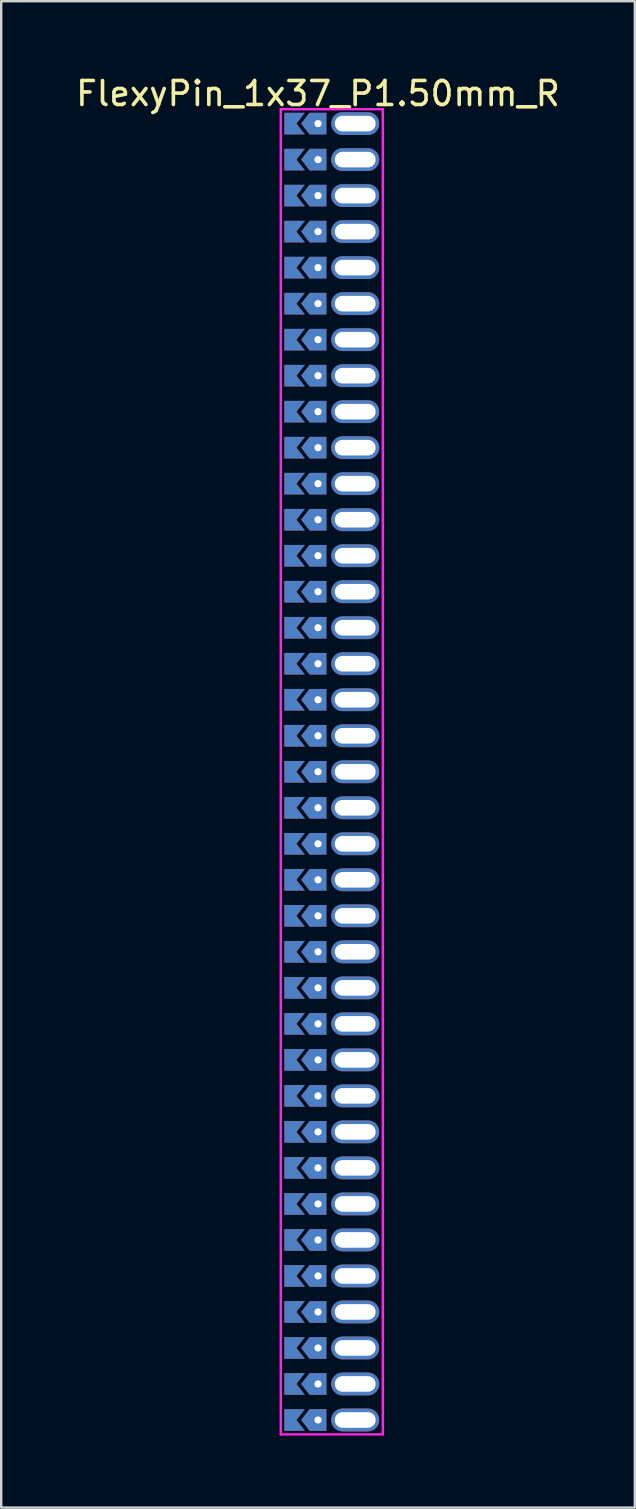
<source format=kicad_pcb>
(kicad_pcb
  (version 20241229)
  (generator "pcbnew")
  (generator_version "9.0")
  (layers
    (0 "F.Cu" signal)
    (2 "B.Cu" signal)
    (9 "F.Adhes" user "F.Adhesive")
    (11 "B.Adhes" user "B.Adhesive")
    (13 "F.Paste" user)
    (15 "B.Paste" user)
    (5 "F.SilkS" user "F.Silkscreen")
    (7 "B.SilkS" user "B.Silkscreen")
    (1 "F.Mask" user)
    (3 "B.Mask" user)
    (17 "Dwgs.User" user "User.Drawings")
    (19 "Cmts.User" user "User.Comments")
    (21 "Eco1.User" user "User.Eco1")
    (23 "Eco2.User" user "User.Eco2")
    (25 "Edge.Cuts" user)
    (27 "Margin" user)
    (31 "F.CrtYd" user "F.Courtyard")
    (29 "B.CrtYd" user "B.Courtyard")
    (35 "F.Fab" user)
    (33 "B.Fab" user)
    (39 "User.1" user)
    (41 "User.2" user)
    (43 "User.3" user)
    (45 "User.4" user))
  (footprint "FlexyPin_1x37_P1.50mm_R"
    (layer "F.Cu")
    (at 10.196 2.098)
    (property "Reference" "FlexyPin_1x37_P1.50mm_R" (at 0 -1.25 0) (layer "F.SilkS") (effects (font (size 1 1) (thickness 0.15))))
    (attr through_hole)
    (fp_line (start -1.55 -0.6) (end 2.7 -0.6) (stroke (width 0.1) (type solid)) (layer "F.CrtYd"))
    (fp_line (start -1.55 54.6) (end -1.55 -0.6) (stroke (width 0.1) (type solid)) (layer "F.CrtYd"))
    (fp_line (start 2.7 -0.6) (end 2.7 54.6) (stroke (width 0.1) (type solid)) (layer "F.CrtYd"))
    (fp_line (start 2.7 54.6) (end -1.55 54.6) (stroke (width 0.1) (type solid)) (layer "F.CrtYd"))
    (pad "" thru_hole custom (at 0 0) (size 0.3 0.3) (drill 0.6) (layers "*.Cu" "*.Mask") (options (anchor rect)) (primitives (gr_poly (pts (xy 0.35 0.45) (xy 0.35 -0.45) (xy -0.35 -0.45) (xy -0.7 0) (xy -0.35 0.45)) (width 0) (fill yes))))
    (pad "" thru_hole custom (at 0 1.5) (size 0.3 0.3) (drill 0.6) (layers "*.Cu" "*.Mask") (options (anchor rect)) (primitives (gr_poly (pts (xy 0.35 0.45) (xy 0.35 -0.45) (xy -0.35 -0.45) (xy -0.7 0) (xy -0.35 0.45)) (width 0) (fill yes))))
    (pad "" thru_hole custom (at 0 3) (size 0.3 0.3) (drill 0.6) (layers "*.Cu" "*.Mask") (options (anchor rect)) (primitives (gr_poly (pts (xy 0.35 0.45) (xy 0.35 -0.45) (xy -0.35 -0.45) (xy -0.7 0) (xy -0.35 0.45)) (width 0) (fill yes))))
    (pad "" thru_hole custom (at 0 4.5) (size 0.3 0.3) (drill 0.6) (layers "*.Cu" "*.Mask") (options (anchor rect)) (primitives (gr_poly (pts (xy 0.35 0.45) (xy 0.35 -0.45) (xy -0.35 -0.45) (xy -0.7 0) (xy -0.35 0.45)) (width 0) (fill yes))))
    (pad "" thru_hole custom (at 0 6) (size 0.3 0.3) (drill 0.6) (layers "*.Cu" "*.Mask") (options (anchor rect)) (primitives (gr_poly (pts (xy 0.35 0.45) (xy 0.35 -0.45) (xy -0.35 -0.45) (xy -0.7 0) (xy -0.35 0.45)) (width 0) (fill yes))))
    (pad "" thru_hole custom (at 0 7.5) (size 0.3 0.3) (drill 0.6) (layers "*.Cu" "*.Mask") (options (anchor rect)) (primitives (gr_poly (pts (xy 0.35 0.45) (xy 0.35 -0.45) (xy -0.35 -0.45) (xy -0.7 0) (xy -0.35 0.45)) (width 0) (fill yes))))
    (pad "" thru_hole custom (at 0 9) (size 0.3 0.3) (drill 0.6) (layers "*.Cu" "*.Mask") (options (anchor rect)) (primitives (gr_poly (pts (xy 0.35 0.45) (xy 0.35 -0.45) (xy -0.35 -0.45) (xy -0.7 0) (xy -0.35 0.45)) (width 0) (fill yes))))
    (pad "" thru_hole custom (at 0 10.5) (size 0.3 0.3) (drill 0.6) (layers "*.Cu" "*.Mask") (options (anchor rect)) (primitives (gr_poly (pts (xy 0.35 0.45) (xy 0.35 -0.45) (xy -0.35 -0.45) (xy -0.7 0) (xy -0.35 0.45)) (width 0) (fill yes))))
    (pad "" thru_hole custom (at 0 12) (size 0.3 0.3) (drill 0.6) (layers "*.Cu" "*.Mask") (options (anchor rect)) (primitives (gr_poly (pts (xy 0.35 0.45) (xy 0.35 -0.45) (xy -0.35 -0.45) (xy -0.7 0) (xy -0.35 0.45)) (width 0) (fill yes))))
    (pad "" thru_hole custom (at 0 13.5) (size 0.3 0.3) (drill 0.6) (layers "*.Cu" "*.Mask") (options (anchor rect)) (primitives (gr_poly (pts (xy 0.35 0.45) (xy 0.35 -0.45) (xy -0.35 -0.45) (xy -0.7 0) (xy -0.35 0.45)) (width 0) (fill yes))))
    (pad "" thru_hole custom (at 0 15) (size 0.3 0.3) (drill 0.6) (layers "*.Cu" "*.Mask") (options (anchor rect)) (primitives (gr_poly (pts (xy 0.35 0.45) (xy 0.35 -0.45) (xy -0.35 -0.45) (xy -0.7 0) (xy -0.35 0.45)) (width 0) (fill yes))))
    (pad "" thru_hole custom (at 0 16.5) (size 0.3 0.3) (drill 0.6) (layers "*.Cu" "*.Mask") (options (anchor rect)) (primitives (gr_poly (pts (xy 0.35 0.45) (xy 0.35 -0.45) (xy -0.35 -0.45) (xy -0.7 0) (xy -0.35 0.45)) (width 0) (fill yes))))
    (pad "" thru_hole custom (at 0 18) (size 0.3 0.3) (drill 0.6) (layers "*.Cu" "*.Mask") (options (anchor rect)) (primitives (gr_poly (pts (xy 0.35 0.45) (xy 0.35 -0.45) (xy -0.35 -0.45) (xy -0.7 0) (xy -0.35 0.45)) (width 0) (fill yes))))
    (pad "" thru_hole custom (at 0 19.5) (size 0.3 0.3) (drill 0.6) (layers "*.Cu" "*.Mask") (options (anchor rect)) (primitives (gr_poly (pts (xy 0.35 0.45) (xy 0.35 -0.45) (xy -0.35 -0.45) (xy -0.7 0) (xy -0.35 0.45)) (width 0) (fill yes))))
    (pad "" thru_hole custom (at 0 21) (size 0.3 0.3) (drill 0.6) (layers "*.Cu" "*.Mask") (options (anchor rect)) (primitives (gr_poly (pts (xy 0.35 0.45) (xy 0.35 -0.45) (xy -0.35 -0.45) (xy -0.7 0) (xy -0.35 0.45)) (width 0) (fill yes))))
    (pad "" thru_hole custom (at 0 22.5) (size 0.3 0.3) (drill 0.6) (layers "*.Cu" "*.Mask") (options (anchor rect)) (primitives (gr_poly (pts (xy 0.35 0.45) (xy 0.35 -0.45) (xy -0.35 -0.45) (xy -0.7 0) (xy -0.35 0.45)) (width 0) (fill yes))))
    (pad "" thru_hole custom (at 0 24) (size 0.3 0.3) (drill 0.6) (layers "*.Cu" "*.Mask") (options (anchor rect)) (primitives (gr_poly (pts (xy 0.35 0.45) (xy 0.35 -0.45) (xy -0.35 -0.45) (xy -0.7 0) (xy -0.35 0.45)) (width 0) (fill yes))))
    (pad "" thru_hole custom (at 0 25.5) (size 0.3 0.3) (drill 0.6) (layers "*.Cu" "*.Mask") (options (anchor rect)) (primitives (gr_poly (pts (xy 0.35 0.45) (xy 0.35 -0.45) (xy -0.35 -0.45) (xy -0.7 0) (xy -0.35 0.45)) (width 0) (fill yes))))
    (pad "" thru_hole custom (at 0 27) (size 0.3 0.3) (drill 0.6) (layers "*.Cu" "*.Mask") (options (anchor rect)) (primitives (gr_poly (pts (xy 0.35 0.45) (xy 0.35 -0.45) (xy -0.35 -0.45) (xy -0.7 0) (xy -0.35 0.45)) (width 0) (fill yes))))
    (pad "" thru_hole custom (at 0 28.5) (size 0.3 0.3) (drill 0.6) (layers "*.Cu" "*.Mask") (options (anchor rect)) (primitives (gr_poly (pts (xy 0.35 0.45) (xy 0.35 -0.45) (xy -0.35 -0.45) (xy -0.7 0) (xy -0.35 0.45)) (width 0) (fill yes))))
    (pad "" thru_hole custom (at 0 30) (size 0.3 0.3) (drill 0.6) (layers "*.Cu" "*.Mask") (options (anchor rect)) (primitives (gr_poly (pts (xy 0.35 0.45) (xy 0.35 -0.45) (xy -0.35 -0.45) (xy -0.7 0) (xy -0.35 0.45)) (width 0) (fill yes))))
    (pad "" thru_hole custom (at 0 31.5) (size 0.3 0.3) (drill 0.6) (layers "*.Cu" "*.Mask") (options (anchor rect)) (primitives (gr_poly (pts (xy 0.35 0.45) (xy 0.35 -0.45) (xy -0.35 -0.45) (xy -0.7 0) (xy -0.35 0.45)) (width 0) (fill yes))))
    (pad "" thru_hole custom (at 0 33) (size 0.3 0.3) (drill 0.6) (layers "*.Cu" "*.Mask") (options (anchor rect)) (primitives (gr_poly (pts (xy 0.35 0.45) (xy 0.35 -0.45) (xy -0.35 -0.45) (xy -0.7 0) (xy -0.35 0.45)) (width 0) (fill yes))))
    (pad "" thru_hole custom (at 0 34.5) (size 0.3 0.3) (drill 0.6) (layers "*.Cu" "*.Mask") (options (anchor rect)) (primitives (gr_poly (pts (xy 0.35 0.45) (xy 0.35 -0.45) (xy -0.35 -0.45) (xy -0.7 0) (xy -0.35 0.45)) (width 0) (fill yes))))
    (pad "" thru_hole custom (at 0 36) (size 0.3 0.3) (drill 0.6) (layers "*.Cu" "*.Mask") (options (anchor rect)) (primitives (gr_poly (pts (xy 0.35 0.45) (xy 0.35 -0.45) (xy -0.35 -0.45) (xy -0.7 0) (xy -0.35 0.45)) (width 0) (fill yes))))
    (pad "" thru_hole custom (at 0 37.5) (size 0.3 0.3) (drill 0.6) (layers "*.Cu" "*.Mask") (options (anchor rect)) (primitives (gr_poly (pts (xy 0.35 0.45) (xy 0.35 -0.45) (xy -0.35 -0.45) (xy -0.7 0) (xy -0.35 0.45)) (width 0) (fill yes))))
    (pad "" thru_hole custom (at 0 39) (size 0.3 0.3) (drill 0.6) (layers "*.Cu" "*.Mask") (options (anchor rect)) (primitives (gr_poly (pts (xy 0.35 0.45) (xy 0.35 -0.45) (xy -0.35 -0.45) (xy -0.7 0) (xy -0.35 0.45)) (width 0) (fill yes))))
    (pad "" thru_hole custom (at 0 40.5) (size 0.3 0.3) (drill 0.6) (layers "*.Cu" "*.Mask") (options (anchor rect)) (primitives (gr_poly (pts (xy 0.35 0.45) (xy 0.35 -0.45) (xy -0.35 -0.45) (xy -0.7 0) (xy -0.35 0.45)) (width 0) (fill yes))))
    (pad "" thru_hole custom (at 0 42) (size 0.3 0.3) (drill 0.6) (layers "*.Cu" "*.Mask") (options (anchor rect)) (primitives (gr_poly (pts (xy 0.35 0.45) (xy 0.35 -0.45) (xy -0.35 -0.45) (xy -0.7 0) (xy -0.35 0.45)) (width 0) (fill yes))))
    (pad "" thru_hole custom (at 0 43.5) (size 0.3 0.3) (drill 0.6) (layers "*.Cu" "*.Mask") (options (anchor rect)) (primitives (gr_poly (pts (xy 0.35 0.45) (xy 0.35 -0.45) (xy -0.35 -0.45) (xy -0.7 0) (xy -0.35 0.45)) (width 0) (fill yes))))
    (pad "" thru_hole custom (at 0 45) (size 0.3 0.3) (drill 0.6) (layers "*.Cu" "*.Mask") (options (anchor rect)) (primitives (gr_poly (pts (xy 0.35 0.45) (xy 0.35 -0.45) (xy -0.35 -0.45) (xy -0.7 0) (xy -0.35 0.45)) (width 0) (fill yes))))
    (pad "" thru_hole custom (at 0 46.5) (size 0.3 0.3) (drill 0.6) (layers "*.Cu" "*.Mask") (options (anchor rect)) (primitives (gr_poly (pts (xy 0.35 0.45) (xy 0.35 -0.45) (xy -0.35 -0.45) (xy -0.7 0) (xy -0.35 0.45)) (width 0) (fill yes))))
    (pad "" thru_hole custom (at 0 48) (size 0.3 0.3) (drill 0.6) (layers "*.Cu" "*.Mask") (options (anchor rect)) (primitives (gr_poly (pts (xy 0.35 0.45) (xy 0.35 -0.45) (xy -0.35 -0.45) (xy -0.7 0) (xy -0.35 0.45)) (width 0) (fill yes))))
    (pad "" thru_hole custom (at 0 49.5) (size 0.3 0.3) (drill 0.6) (layers "*.Cu" "*.Mask") (options (anchor rect)) (primitives (gr_poly (pts (xy 0.35 0.45) (xy 0.35 -0.45) (xy -0.35 -0.45) (xy -0.7 0) (xy -0.35 0.45)) (width 0) (fill yes))))
    (pad "" thru_hole custom (at 0 51) (size 0.3 0.3) (drill 0.6) (layers "*.Cu" "*.Mask") (options (anchor rect)) (primitives (gr_poly (pts (xy 0.35 0.45) (xy 0.35 -0.45) (xy -0.35 -0.45) (xy -0.7 0) (xy -0.35 0.45)) (width 0) (fill yes))))
    (pad "" thru_hole custom (at 0 52.5) (size 0.3 0.3) (drill 0.6) (layers "*.Cu" "*.Mask") (options (anchor rect)) (primitives (gr_poly (pts (xy 0.35 0.45) (xy 0.35 -0.45) (xy -0.35 -0.45) (xy -0.7 0) (xy -0.35 0.45)) (width 0) (fill yes))))
    (pad "" thru_hole custom (at 0 54) (size 0.3 0.3) (drill 0.6) (layers "*.Cu" "*.Mask") (options (anchor rect)) (primitives (gr_poly (pts (xy 0.35 0.45) (xy 0.35 -0.45) (xy -0.35 -0.45) (xy -0.7 0) (xy -0.35 0.45)) (width 0) (fill yes))))
    (pad "" thru_hole oval (at 1.55 0) (size 2 0.95) (drill oval 1.7 0.65) (layers "*.Cu" "*.Mask"))
    (pad "" thru_hole oval (at 1.55 1.5) (size 2 0.95) (drill oval 1.7 0.65) (layers "*.Cu" "*.Mask"))
    (pad "" thru_hole oval (at 1.55 3) (size 2 0.95) (drill oval 1.7 0.65) (layers "*.Cu" "*.Mask"))
    (pad "" thru_hole oval (at 1.55 4.5) (size 2 0.95) (drill oval 1.7 0.65) (layers "*.Cu" "*.Mask"))
    (pad "" thru_hole oval (at 1.55 6) (size 2 0.95) (drill oval 1.7 0.65) (layers "*.Cu" "*.Mask"))
    (pad "" thru_hole oval (at 1.55 7.5) (size 2 0.95) (drill oval 1.7 0.65) (layers "*.Cu" "*.Mask"))
    (pad "" thru_hole oval (at 1.55 9) (size 2 0.95) (drill oval 1.7 0.65) (layers "*.Cu" "*.Mask"))
    (pad "" thru_hole oval (at 1.55 10.5) (size 2 0.95) (drill oval 1.7 0.65) (layers "*.Cu" "*.Mask"))
    (pad "" thru_hole oval (at 1.55 12) (size 2 0.95) (drill oval 1.7 0.65) (layers "*.Cu" "*.Mask"))
    (pad "" thru_hole oval (at 1.55 13.5) (size 2 0.95) (drill oval 1.7 0.65) (layers "*.Cu" "*.Mask"))
    (pad "" thru_hole oval (at 1.55 15) (size 2 0.95) (drill oval 1.7 0.65) (layers "*.Cu" "*.Mask"))
    (pad "" thru_hole oval (at 1.55 16.5) (size 2 0.95) (drill oval 1.7 0.65) (layers "*.Cu" "*.Mask"))
    (pad "" thru_hole oval (at 1.55 18) (size 2 0.95) (drill oval 1.7 0.65) (layers "*.Cu" "*.Mask"))
    (pad "" thru_hole oval (at 1.55 19.5) (size 2 0.95) (drill oval 1.7 0.65) (layers "*.Cu" "*.Mask"))
    (pad "" thru_hole oval (at 1.55 21) (size 2 0.95) (drill oval 1.7 0.65) (layers "*.Cu" "*.Mask"))
    (pad "" thru_hole oval (at 1.55 22.5) (size 2 0.95) (drill oval 1.7 0.65) (layers "*.Cu" "*.Mask"))
    (pad "" thru_hole oval (at 1.55 24) (size 2 0.95) (drill oval 1.7 0.65) (layers "*.Cu" "*.Mask"))
    (pad "" thru_hole oval (at 1.55 25.5) (size 2 0.95) (drill oval 1.7 0.65) (layers "*.Cu" "*.Mask"))
    (pad "" thru_hole oval (at 1.55 27) (size 2 0.95) (drill oval 1.7 0.65) (layers "*.Cu" "*.Mask"))
    (pad "" thru_hole oval (at 1.55 28.5) (size 2 0.95) (drill oval 1.7 0.65) (layers "*.Cu" "*.Mask"))
    (pad "" thru_hole oval (at 1.55 30) (size 2 0.95) (drill oval 1.7 0.65) (layers "*.Cu" "*.Mask"))
    (pad "" thru_hole oval (at 1.55 31.5) (size 2 0.95) (drill oval 1.7 0.65) (layers "*.Cu" "*.Mask"))
    (pad "" thru_hole oval (at 1.55 33) (size 2 0.95) (drill oval 1.7 0.65) (layers "*.Cu" "*.Mask"))
    (pad "" thru_hole oval (at 1.55 34.5) (size 2 0.95) (drill oval 1.7 0.65) (layers "*.Cu" "*.Mask"))
    (pad "" thru_hole oval (at 1.55 36) (size 2 0.95) (drill oval 1.7 0.65) (layers "*.Cu" "*.Mask"))
    (pad "" thru_hole oval (at 1.55 37.5) (size 2 0.95) (drill oval 1.7 0.65) (layers "*.Cu" "*.Mask"))
    (pad "" thru_hole oval (at 1.55 39) (size 2 0.95) (drill oval 1.7 0.65) (layers "*.Cu" "*.Mask"))
    (pad "" thru_hole oval (at 1.55 40.5) (size 2 0.95) (drill oval 1.7 0.65) (layers "*.Cu" "*.Mask"))
    (pad "" thru_hole oval (at 1.55 42) (size 2 0.95) (drill oval 1.7 0.65) (layers "*.Cu" "*.Mask"))
    (pad "" thru_hole oval (at 1.55 43.5) (size 2 0.95) (drill oval 1.7 0.65) (layers "*.Cu" "*.Mask"))
    (pad "" thru_hole oval (at 1.55 45) (size 2 0.95) (drill oval 1.7 0.65) (layers "*.Cu" "*.Mask"))
    (pad "" thru_hole oval (at 1.55 46.5) (size 2 0.95) (drill oval 1.7 0.65) (layers "*.Cu" "*.Mask"))
    (pad "" thru_hole oval (at 1.55 48) (size 2 0.95) (drill oval 1.7 0.65) (layers "*.Cu" "*.Mask"))
    (pad "" thru_hole oval (at 1.55 49.5) (size 2 0.95) (drill oval 1.7 0.65) (layers "*.Cu" "*.Mask"))
    (pad "" thru_hole oval (at 1.55 51) (size 2 0.95) (drill oval 1.7 0.65) (layers "*.Cu" "*.Mask"))
    (pad "" thru_hole oval (at 1.55 52.5) (size 2 0.95) (drill oval 1.7 0.65) (layers "*.Cu" "*.Mask"))
    (pad "" thru_hole oval (at 1.55 54) (size 2 0.95) (drill oval 1.7 0.65) (layers "*.Cu" "*.Mask"))
    (pad "1" smd custom (at -0.9 0) (size 0.01 0.01) (layers "F.Cu" "F.Mask") (options (anchor rect)) (primitives (gr_poly (pts (xy 0 0) (xy 0.35 0.45) (xy -0.5 0.45) (xy -0.5 -0.45) (xy 0.35 -0.45)) (width 0) (fill yes))))
    (pad "2" smd custom (at -0.9 1.5) (size 0.01 0.01) (layers "F.Cu" "F.Mask") (options (anchor rect)) (primitives (gr_poly (pts (xy 0 0) (xy 0.35 0.45) (xy -0.5 0.45) (xy -0.5 -0.45) (xy 0.35 -0.45)) (width 0) (fill yes))))
    (pad "3" smd custom (at -0.9 3) (size 0.01 0.01) (layers "F.Cu" "F.Mask") (options (anchor rect)) (primitives (gr_poly (pts (xy 0 0) (xy 0.35 0.45) (xy -0.5 0.45) (xy -0.5 -0.45) (xy 0.35 -0.45)) (width 0) (fill yes))))
    (pad "4" smd custom (at -0.9 4.5) (size 0.01 0.01) (layers "F.Cu" "F.Mask") (options (anchor rect)) (primitives (gr_poly (pts (xy 0 0) (xy 0.35 0.45) (xy -0.5 0.45) (xy -0.5 -0.45) (xy 0.35 -0.45)) (width 0) (fill yes))))
    (pad "5" smd custom (at -0.9 6) (size 0.01 0.01) (layers "F.Cu" "F.Mask") (options (anchor rect)) (primitives (gr_poly (pts (xy 0 0) (xy 0.35 0.45) (xy -0.5 0.45) (xy -0.5 -0.45) (xy 0.35 -0.45)) (width 0) (fill yes))))
    (pad "6" smd custom (at -0.9 7.5) (size 0.01 0.01) (layers "F.Cu" "F.Mask") (options (anchor rect)) (primitives (gr_poly (pts (xy 0 0) (xy 0.35 0.45) (xy -0.5 0.45) (xy -0.5 -0.45) (xy 0.35 -0.45)) (width 0) (fill yes))))
    (pad "7" smd custom (at -0.9 9) (size 0.01 0.01) (layers "F.Cu" "F.Mask") (options (anchor rect)) (primitives (gr_poly (pts (xy 0 0) (xy 0.35 0.45) (xy -0.5 0.45) (xy -0.5 -0.45) (xy 0.35 -0.45)) (width 0) (fill yes))))
    (pad "8" smd custom (at -0.9 10.5) (size 0.01 0.01) (layers "F.Cu" "F.Mask") (options (anchor rect)) (primitives (gr_poly (pts (xy 0 0) (xy 0.35 0.45) (xy -0.5 0.45) (xy -0.5 -0.45) (xy 0.35 -0.45)) (width 0) (fill yes))))
    (pad "9" smd custom (at -0.9 12) (size 0.01 0.01) (layers "F.Cu" "F.Mask") (options (anchor rect)) (primitives (gr_poly (pts (xy 0 0) (xy 0.35 0.45) (xy -0.5 0.45) (xy -0.5 -0.45) (xy 0.35 -0.45)) (width 0) (fill yes))))
    (pad "10" smd custom (at -0.9 13.5) (size 0.01 0.01) (layers "F.Cu" "F.Mask") (options (anchor rect)) (primitives (gr_poly (pts (xy 0 0) (xy 0.35 0.45) (xy -0.5 0.45) (xy -0.5 -0.45) (xy 0.35 -0.45)) (width 0) (fill yes))))
    (pad "11" smd custom (at -0.9 15) (size 0.01 0.01) (layers "F.Cu" "F.Mask") (options (anchor rect)) (primitives (gr_poly (pts (xy 0 0) (xy 0.35 0.45) (xy -0.5 0.45) (xy -0.5 -0.45) (xy 0.35 -0.45)) (width 0) (fill yes))))
    (pad "12" smd custom (at -0.9 16.5) (size 0.01 0.01) (layers "F.Cu" "F.Mask") (options (anchor rect)) (primitives (gr_poly (pts (xy 0 0) (xy 0.35 0.45) (xy -0.5 0.45) (xy -0.5 -0.45) (xy 0.35 -0.45)) (width 0) (fill yes))))
    (pad "13" smd custom (at -0.9 18) (size 0.01 0.01) (layers "F.Cu" "F.Mask") (options (anchor rect)) (primitives (gr_poly (pts (xy 0 0) (xy 0.35 0.45) (xy -0.5 0.45) (xy -0.5 -0.45) (xy 0.35 -0.45)) (width 0) (fill yes))))
    (pad "14" smd custom (at -0.9 19.5) (size 0.01 0.01) (layers "F.Cu" "F.Mask") (options (anchor rect)) (primitives (gr_poly (pts (xy 0 0) (xy 0.35 0.45) (xy -0.5 0.45) (xy -0.5 -0.45) (xy 0.35 -0.45)) (width 0) (fill yes))))
    (pad "15" smd custom (at -0.9 21) (size 0.01 0.01) (layers "F.Cu" "F.Mask") (options (anchor rect)) (primitives (gr_poly (pts (xy 0 0) (xy 0.35 0.45) (xy -0.5 0.45) (xy -0.5 -0.45) (xy 0.35 -0.45)) (width 0) (fill yes))))
    (pad "16" smd custom (at -0.9 22.5) (size 0.01 0.01) (layers "F.Cu" "F.Mask") (options (anchor rect)) (primitives (gr_poly (pts (xy 0 0) (xy 0.35 0.45) (xy -0.5 0.45) (xy -0.5 -0.45) (xy 0.35 -0.45)) (width 0) (fill yes))))
    (pad "17" smd custom (at -0.9 24) (size 0.01 0.01) (layers "F.Cu" "F.Mask") (options (anchor rect)) (primitives (gr_poly (pts (xy 0 0) (xy 0.35 0.45) (xy -0.5 0.45) (xy -0.5 -0.45) (xy 0.35 -0.45)) (width 0) (fill yes))))
    (pad "18" smd custom (at -0.9 25.5) (size 0.01 0.01) (layers "F.Cu" "F.Mask") (options (anchor rect)) (primitives (gr_poly (pts (xy 0 0) (xy 0.35 0.45) (xy -0.5 0.45) (xy -0.5 -0.45) (xy 0.35 -0.45)) (width 0) (fill yes))))
    (pad "19" smd custom (at -0.9 27) (size 0.01 0.01) (layers "F.Cu" "F.Mask") (options (anchor rect)) (primitives (gr_poly (pts (xy 0 0) (xy 0.35 0.45) (xy -0.5 0.45) (xy -0.5 -0.45) (xy 0.35 -0.45)) (width 0) (fill yes))))
    (pad "20" smd custom (at -0.9 28.5) (size 0.01 0.01) (layers "F.Cu" "F.Mask") (options (anchor rect)) (primitives (gr_poly (pts (xy 0 0) (xy 0.35 0.45) (xy -0.5 0.45) (xy -0.5 -0.45) (xy 0.35 -0.45)) (width 0) (fill yes))))
    (pad "21" smd custom (at -0.9 30) (size 0.01 0.01) (layers "F.Cu" "F.Mask") (options (anchor rect)) (primitives (gr_poly (pts (xy 0 0) (xy 0.35 0.45) (xy -0.5 0.45) (xy -0.5 -0.45) (xy 0.35 -0.45)) (width 0) (fill yes))))
    (pad "22" smd custom (at -0.9 31.5) (size 0.01 0.01) (layers "F.Cu" "F.Mask") (options (anchor rect)) (primitives (gr_poly (pts (xy 0 0) (xy 0.35 0.45) (xy -0.5 0.45) (xy -0.5 -0.45) (xy 0.35 -0.45)) (width 0) (fill yes))))
    (pad "23" smd custom (at -0.9 33) (size 0.01 0.01) (layers "F.Cu" "F.Mask") (options (anchor rect)) (primitives (gr_poly (pts (xy 0 0) (xy 0.35 0.45) (xy -0.5 0.45) (xy -0.5 -0.45) (xy 0.35 -0.45)) (width 0) (fill yes))))
    (pad "24" smd custom (at -0.9 34.5) (size 0.01 0.01) (layers "F.Cu" "F.Mask") (options (anchor rect)) (primitives (gr_poly (pts (xy 0 0) (xy 0.35 0.45) (xy -0.5 0.45) (xy -0.5 -0.45) (xy 0.35 -0.45)) (width 0) (fill yes))))
    (pad "25" smd custom (at -0.9 36) (size 0.01 0.01) (layers "F.Cu" "F.Mask") (options (anchor rect)) (primitives (gr_poly (pts (xy 0 0) (xy 0.35 0.45) (xy -0.5 0.45) (xy -0.5 -0.45) (xy 0.35 -0.45)) (width 0) (fill yes))))
    (pad "26" smd custom (at -0.9 37.5) (size 0.01 0.01) (layers "F.Cu" "F.Mask") (options (anchor rect)) (primitives (gr_poly (pts (xy 0 0) (xy 0.35 0.45) (xy -0.5 0.45) (xy -0.5 -0.45) (xy 0.35 -0.45)) (width 0) (fill yes))))
    (pad "27" smd custom (at -0.9 39) (size 0.01 0.01) (layers "F.Cu" "F.Mask") (options (anchor rect)) (primitives (gr_poly (pts (xy 0 0) (xy 0.35 0.45) (xy -0.5 0.45) (xy -0.5 -0.45) (xy 0.35 -0.45)) (width 0) (fill yes))))
    (pad "28" smd custom (at -0.9 40.5) (size 0.01 0.01) (layers "F.Cu" "F.Mask") (options (anchor rect)) (primitives (gr_poly (pts (xy 0 0) (xy 0.35 0.45) (xy -0.5 0.45) (xy -0.5 -0.45) (xy 0.35 -0.45)) (width 0) (fill yes))))
    (pad "29" smd custom (at -0.9 42) (size 0.01 0.01) (layers "F.Cu" "F.Mask") (options (anchor rect)) (primitives (gr_poly (pts (xy 0 0) (xy 0.35 0.45) (xy -0.5 0.45) (xy -0.5 -0.45) (xy 0.35 -0.45)) (width 0) (fill yes))))
    (pad "30" smd custom (at -0.9 43.5) (size 0.01 0.01) (layers "F.Cu" "F.Mask") (options (anchor rect)) (primitives (gr_poly (pts (xy 0 0) (xy 0.35 0.45) (xy -0.5 0.45) (xy -0.5 -0.45) (xy 0.35 -0.45)) (width 0) (fill yes))))
    (pad "31" smd custom (at -0.9 45) (size 0.01 0.01) (layers "F.Cu" "F.Mask") (options (anchor rect)) (primitives (gr_poly (pts (xy 0 0) (xy 0.35 0.45) (xy -0.5 0.45) (xy -0.5 -0.45) (xy 0.35 -0.45)) (width 0) (fill yes))))
    (pad "32" smd custom (at -0.9 46.5) (size 0.01 0.01) (layers "F.Cu" "F.Mask") (options (anchor rect)) (primitives (gr_poly (pts (xy 0 0) (xy 0.35 0.45) (xy -0.5 0.45) (xy -0.5 -0.45) (xy 0.35 -0.45)) (width 0) (fill yes))))
    (pad "33" smd custom (at -0.9 48) (size 0.01 0.01) (layers "F.Cu" "F.Mask") (options (anchor rect)) (primitives (gr_poly (pts (xy 0 0) (xy 0.35 0.45) (xy -0.5 0.45) (xy -0.5 -0.45) (xy 0.35 -0.45)) (width 0) (fill yes))))
    (pad "34" smd custom (at -0.9 49.5) (size 0.01 0.01) (layers "F.Cu" "F.Mask") (options (anchor rect)) (primitives (gr_poly (pts (xy 0 0) (xy 0.35 0.45) (xy -0.5 0.45) (xy -0.5 -0.45) (xy 0.35 -0.45)) (width 0) (fill yes))))
    (pad "35" smd custom (at -0.9 51) (size 0.01 0.01) (layers "F.Cu" "F.Mask") (options (anchor rect)) (primitives (gr_poly (pts (xy 0 0) (xy 0.35 0.45) (xy -0.5 0.45) (xy -0.5 -0.45) (xy 0.35 -0.45)) (width 0) (fill yes))))
    (pad "36" smd custom (at -0.9 52.5) (size 0.01 0.01) (layers "F.Cu" "F.Mask") (options (anchor rect)) (primitives (gr_poly (pts (xy 0 0) (xy 0.35 0.45) (xy -0.5 0.45) (xy -0.5 -0.45) (xy 0.35 -0.45)) (width 0) (fill yes))))
    (pad "37" smd custom (at -0.9 54) (size 0.01 0.01) (layers "F.Cu" "F.Mask") (options (anchor rect)) (primitives (gr_poly (pts (xy 0 0) (xy 0.35 0.45) (xy -0.5 0.45) (xy -0.5 -0.45) (xy 0.35 -0.45)) (width 0) (fill yes))))
    (pad "38" smd custom (at -0.9 0) (size 0.01 0.01) (layers "B.Cu" "B.Mask") (options (anchor rect)) (primitives (gr_poly (pts (xy 0 0) (xy 0.35 0.45) (xy -0.5 0.45) (xy -0.5 -0.45) (xy 0.35 -0.45)) (width 0) (fill yes))))
    (pad "39" smd custom (at -0.9 1.5) (size 0.01 0.01) (layers "B.Cu" "B.Mask") (options (anchor rect)) (primitives (gr_poly (pts (xy 0 0) (xy 0.35 0.45) (xy -0.5 0.45) (xy -0.5 -0.45) (xy 0.35 -0.45)) (width 0) (fill yes))))
    (pad "40" smd custom (at -0.9 3) (size 0.01 0.01) (layers "B.Cu" "B.Mask") (options (anchor rect)) (primitives (gr_poly (pts (xy 0 0) (xy 0.35 0.45) (xy -0.5 0.45) (xy -0.5 -0.45) (xy 0.35 -0.45)) (width 0) (fill yes))))
    (pad "41" smd custom (at -0.9 4.5) (size 0.01 0.01) (layers "B.Cu" "B.Mask") (options (anchor rect)) (primitives (gr_poly (pts (xy 0 0) (xy 0.35 0.45) (xy -0.5 0.45) (xy -0.5 -0.45) (xy 0.35 -0.45)) (width 0) (fill yes))))
    (pad "42" smd custom (at -0.9 6) (size 0.01 0.01) (layers "B.Cu" "B.Mask") (options (anchor rect)) (primitives (gr_poly (pts (xy 0 0) (xy 0.35 0.45) (xy -0.5 0.45) (xy -0.5 -0.45) (xy 0.35 -0.45)) (width 0) (fill yes))))
    (pad "43" smd custom (at -0.9 7.5) (size 0.01 0.01) (layers "B.Cu" "B.Mask") (options (anchor rect)) (primitives (gr_poly (pts (xy 0 0) (xy 0.35 0.45) (xy -0.5 0.45) (xy -0.5 -0.45) (xy 0.35 -0.45)) (width 0) (fill yes))))
    (pad "44" smd custom (at -0.9 9) (size 0.01 0.01) (layers "B.Cu" "B.Mask") (options (anchor rect)) (primitives (gr_poly (pts (xy 0 0) (xy 0.35 0.45) (xy -0.5 0.45) (xy -0.5 -0.45) (xy 0.35 -0.45)) (width 0) (fill yes))))
    (pad "45" smd custom (at -0.9 10.5) (size 0.01 0.01) (layers "B.Cu" "B.Mask") (options (anchor rect)) (primitives (gr_poly (pts (xy 0 0) (xy 0.35 0.45) (xy -0.5 0.45) (xy -0.5 -0.45) (xy 0.35 -0.45)) (width 0) (fill yes))))
    (pad "46" smd custom (at -0.9 12) (size 0.01 0.01) (layers "B.Cu" "B.Mask") (options (anchor rect)) (primitives (gr_poly (pts (xy 0 0) (xy 0.35 0.45) (xy -0.5 0.45) (xy -0.5 -0.45) (xy 0.35 -0.45)) (width 0) (fill yes))))
    (pad "47" smd custom (at -0.9 13.5) (size 0.01 0.01) (layers "B.Cu" "B.Mask") (options (anchor rect)) (primitives (gr_poly (pts (xy 0 0) (xy 0.35 0.45) (xy -0.5 0.45) (xy -0.5 -0.45) (xy 0.35 -0.45)) (width 0) (fill yes))))
    (pad "48" smd custom (at -0.9 15) (size 0.01 0.01) (layers "B.Cu" "B.Mask") (options (anchor rect)) (primitives (gr_poly (pts (xy 0 0) (xy 0.35 0.45) (xy -0.5 0.45) (xy -0.5 -0.45) (xy 0.35 -0.45)) (width 0) (fill yes))))
    (pad "49" smd custom (at -0.9 16.5) (size 0.01 0.01) (layers "B.Cu" "B.Mask") (options (anchor rect)) (primitives (gr_poly (pts (xy 0 0) (xy 0.35 0.45) (xy -0.5 0.45) (xy -0.5 -0.45) (xy 0.35 -0.45)) (width 0) (fill yes))))
    (pad "50" smd custom (at -0.9 18) (size 0.01 0.01) (layers "B.Cu" "B.Mask") (options (anchor rect)) (primitives (gr_poly (pts (xy 0 0) (xy 0.35 0.45) (xy -0.5 0.45) (xy -0.5 -0.45) (xy 0.35 -0.45)) (width 0) (fill yes))))
    (pad "51" smd custom (at -0.9 19.5) (size 0.01 0.01) (layers "B.Cu" "B.Mask") (options (anchor rect)) (primitives (gr_poly (pts (xy 0 0) (xy 0.35 0.45) (xy -0.5 0.45) (xy -0.5 -0.45) (xy 0.35 -0.45)) (width 0) (fill yes))))
    (pad "52" smd custom (at -0.9 21) (size 0.01 0.01) (layers "B.Cu" "B.Mask") (options (anchor rect)) (primitives (gr_poly (pts (xy 0 0) (xy 0.35 0.45) (xy -0.5 0.45) (xy -0.5 -0.45) (xy 0.35 -0.45)) (width 0) (fill yes))))
    (pad "53" smd custom (at -0.9 22.5) (size 0.01 0.01) (layers "B.Cu" "B.Mask") (options (anchor rect)) (primitives (gr_poly (pts (xy 0 0) (xy 0.35 0.45) (xy -0.5 0.45) (xy -0.5 -0.45) (xy 0.35 -0.45)) (width 0) (fill yes))))
    (pad "54" smd custom (at -0.9 24) (size 0.01 0.01) (layers "B.Cu" "B.Mask") (options (anchor rect)) (primitives (gr_poly (pts (xy 0 0) (xy 0.35 0.45) (xy -0.5 0.45) (xy -0.5 -0.45) (xy 0.35 -0.45)) (width 0) (fill yes))))
    (pad "55" smd custom (at -0.9 25.5) (size 0.01 0.01) (layers "B.Cu" "B.Mask") (options (anchor rect)) (primitives (gr_poly (pts (xy 0 0) (xy 0.35 0.45) (xy -0.5 0.45) (xy -0.5 -0.45) (xy 0.35 -0.45)) (width 0) (fill yes))))
    (pad "56" smd custom (at -0.9 27) (size 0.01 0.01) (layers "B.Cu" "B.Mask") (options (anchor rect)) (primitives (gr_poly (pts (xy 0 0) (xy 0.35 0.45) (xy -0.5 0.45) (xy -0.5 -0.45) (xy 0.35 -0.45)) (width 0) (fill yes))))
    (pad "57" smd custom (at -0.9 28.5) (size 0.01 0.01) (layers "B.Cu" "B.Mask") (options (anchor rect)) (primitives (gr_poly (pts (xy 0 0) (xy 0.35 0.45) (xy -0.5 0.45) (xy -0.5 -0.45) (xy 0.35 -0.45)) (width 0) (fill yes))))
    (pad "58" smd custom (at -0.9 30) (size 0.01 0.01) (layers "B.Cu" "B.Mask") (options (anchor rect)) (primitives (gr_poly (pts (xy 0 0) (xy 0.35 0.45) (xy -0.5 0.45) (xy -0.5 -0.45) (xy 0.35 -0.45)) (width 0) (fill yes))))
    (pad "59" smd custom (at -0.9 31.5) (size 0.01 0.01) (layers "B.Cu" "B.Mask") (options (anchor rect)) (primitives (gr_poly (pts (xy 0 0) (xy 0.35 0.45) (xy -0.5 0.45) (xy -0.5 -0.45) (xy 0.35 -0.45)) (width 0) (fill yes))))
    (pad "60" smd custom (at -0.9 33) (size 0.01 0.01) (layers "B.Cu" "B.Mask") (options (anchor rect)) (primitives (gr_poly (pts (xy 0 0) (xy 0.35 0.45) (xy -0.5 0.45) (xy -0.5 -0.45) (xy 0.35 -0.45)) (width 0) (fill yes))))
    (pad "61" smd custom (at -0.9 34.5) (size 0.01 0.01) (layers "B.Cu" "B.Mask") (options (anchor rect)) (primitives (gr_poly (pts (xy 0 0) (xy 0.35 0.45) (xy -0.5 0.45) (xy -0.5 -0.45) (xy 0.35 -0.45)) (width 0) (fill yes))))
    (pad "62" smd custom (at -0.9 36) (size 0.01 0.01) (layers "B.Cu" "B.Mask") (options (anchor rect)) (primitives (gr_poly (pts (xy 0 0) (xy 0.35 0.45) (xy -0.5 0.45) (xy -0.5 -0.45) (xy 0.35 -0.45)) (width 0) (fill yes))))
    (pad "63" smd custom (at -0.9 37.5) (size 0.01 0.01) (layers "B.Cu" "B.Mask") (options (anchor rect)) (primitives (gr_poly (pts (xy 0 0) (xy 0.35 0.45) (xy -0.5 0.45) (xy -0.5 -0.45) (xy 0.35 -0.45)) (width 0) (fill yes))))
    (pad "64" smd custom (at -0.9 39) (size 0.01 0.01) (layers "B.Cu" "B.Mask") (options (anchor rect)) (primitives (gr_poly (pts (xy 0 0) (xy 0.35 0.45) (xy -0.5 0.45) (xy -0.5 -0.45) (xy 0.35 -0.45)) (width 0) (fill yes))))
    (pad "65" smd custom (at -0.9 40.5) (size 0.01 0.01) (layers "B.Cu" "B.Mask") (options (anchor rect)) (primitives (gr_poly (pts (xy 0 0) (xy 0.35 0.45) (xy -0.5 0.45) (xy -0.5 -0.45) (xy 0.35 -0.45)) (width 0) (fill yes))))
    (pad "66" smd custom (at -0.9 42) (size 0.01 0.01) (layers "B.Cu" "B.Mask") (options (anchor rect)) (primitives (gr_poly (pts (xy 0 0) (xy 0.35 0.45) (xy -0.5 0.45) (xy -0.5 -0.45) (xy 0.35 -0.45)) (width 0) (fill yes))))
    (pad "67" smd custom (at -0.9 43.5) (size 0.01 0.01) (layers "B.Cu" "B.Mask") (options (anchor rect)) (primitives (gr_poly (pts (xy 0 0) (xy 0.35 0.45) (xy -0.5 0.45) (xy -0.5 -0.45) (xy 0.35 -0.45)) (width 0) (fill yes))))
    (pad "68" smd custom (at -0.9 45) (size 0.01 0.01) (layers "B.Cu" "B.Mask") (options (anchor rect)) (primitives (gr_poly (pts (xy 0 0) (xy 0.35 0.45) (xy -0.5 0.45) (xy -0.5 -0.45) (xy 0.35 -0.45)) (width 0) (fill yes))))
    (pad "69" smd custom (at -0.9 46.5) (size 0.01 0.01) (layers "B.Cu" "B.Mask") (options (anchor rect)) (primitives (gr_poly (pts (xy 0 0) (xy 0.35 0.45) (xy -0.5 0.45) (xy -0.5 -0.45) (xy 0.35 -0.45)) (width 0) (fill yes))))
    (pad "70" smd custom (at -0.9 48) (size 0.01 0.01) (layers "B.Cu" "B.Mask") (options (anchor rect)) (primitives (gr_poly (pts (xy 0 0) (xy 0.35 0.45) (xy -0.5 0.45) (xy -0.5 -0.45) (xy 0.35 -0.45)) (width 0) (fill yes))))
    (pad "71" smd custom (at -0.9 49.5) (size 0.01 0.01) (layers "B.Cu" "B.Mask") (options (anchor rect)) (primitives (gr_poly (pts (xy 0 0) (xy 0.35 0.45) (xy -0.5 0.45) (xy -0.5 -0.45) (xy 0.35 -0.45)) (width 0) (fill yes))))
    (pad "72" smd custom (at -0.9 51) (size 0.01 0.01) (layers "B.Cu" "B.Mask") (options (anchor rect)) (primitives (gr_poly (pts (xy 0 0) (xy 0.35 0.45) (xy -0.5 0.45) (xy -0.5 -0.45) (xy 0.35 -0.45)) (width 0) (fill yes))))
    (pad "73" smd custom (at -0.9 52.5) (size 0.01 0.01) (layers "B.Cu" "B.Mask") (options (anchor rect)) (primitives (gr_poly (pts (xy 0 0) (xy 0.35 0.45) (xy -0.5 0.45) (xy -0.5 -0.45) (xy 0.35 -0.45)) (width 0) (fill yes))))
    (pad "74" smd custom (at -0.9 54) (size 0.01 0.01) (layers "B.Cu" "B.Mask") (options (anchor rect)) (primitives (gr_poly (pts (xy 0 0) (xy 0.35 0.45) (xy -0.5 0.45) (xy -0.5 -0.45) (xy 0.35 -0.45)) (width 0) (fill yes)))))
  (gr_rect
    (start -3 -3)
    (end 23.393 59.748)
    (stroke (width 0.1) (type default))
    (fill no)
    (layer "Edge.Cuts")))
</source>
